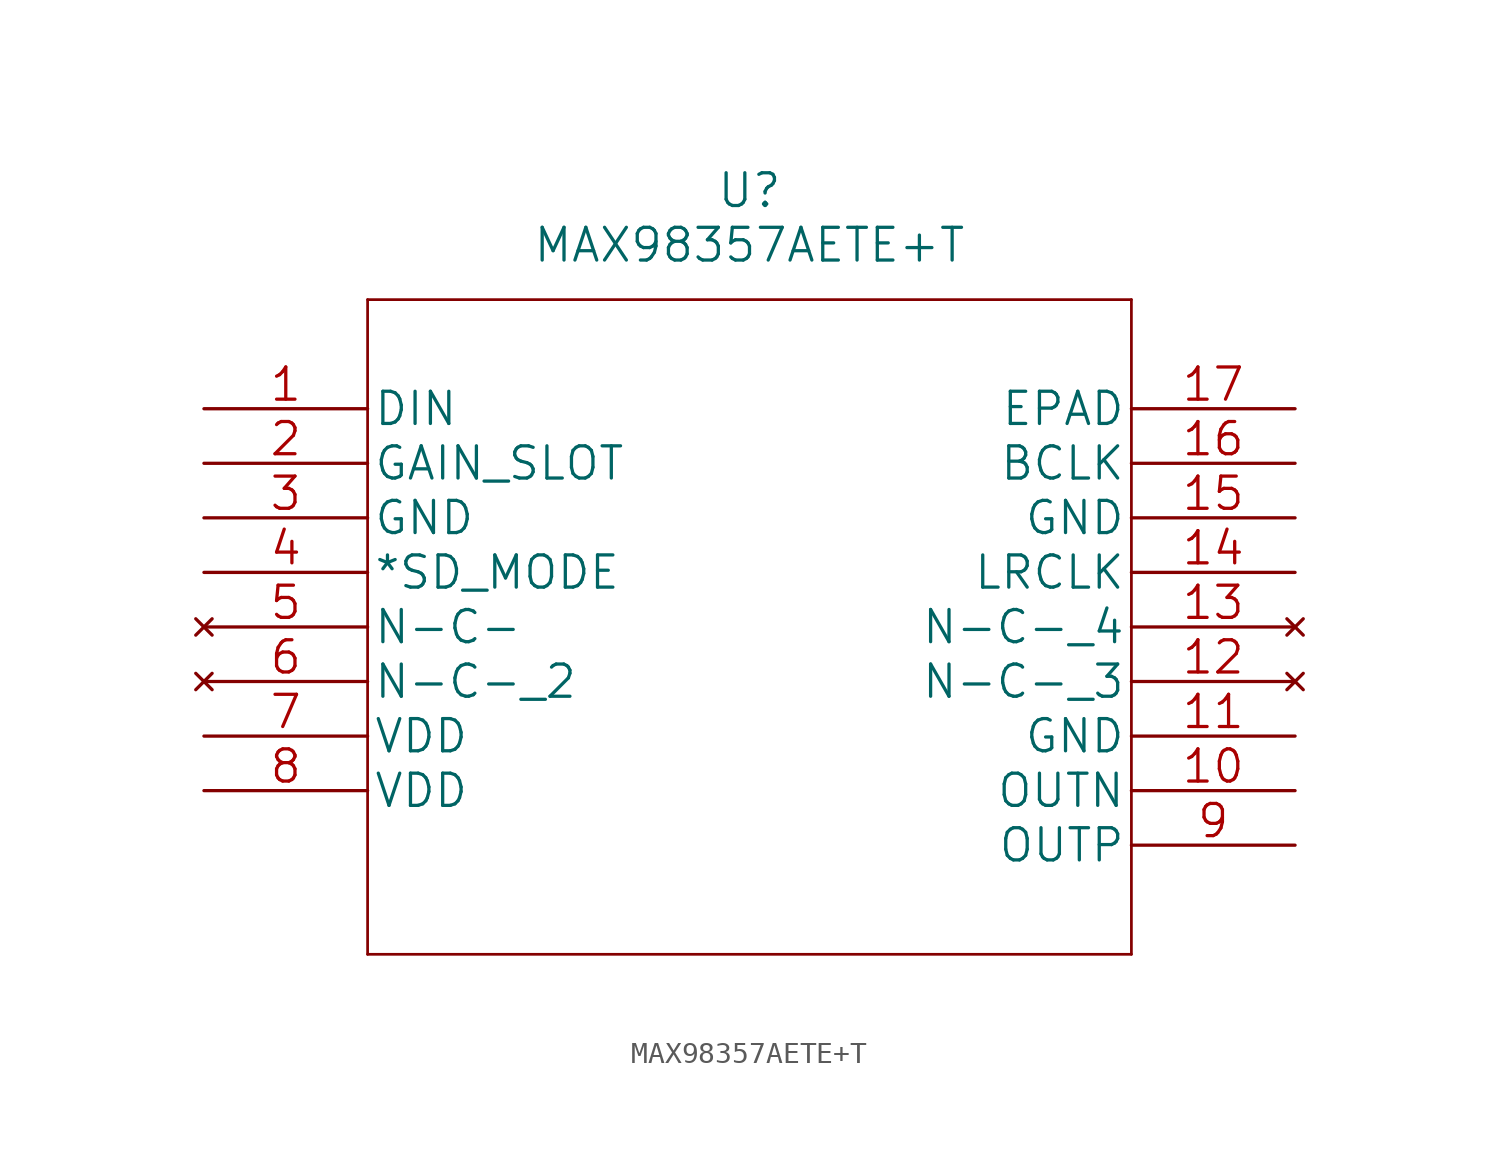
<source format=kicad_sym>
(kicad_symbol_lib
  (version 20211014)
  (generator kicad_symbol_editor)
  (symbol "MAX98357AETE+T"
    (pin_names
      (offset 0.254))
    (property "Reference" "U"
      (at 25.4 10.16 0)
      (effects (font (size 1.524 1.524))))
    (property "Value" "MAX98357AETE+T"
      (at 25.4 7.62 0)
      (effects (font (size 1.524 1.524))))
    (property "Datasheet" ""
      (at 0 0 0)
      (effects (font (size 1.524 1.524))))
    (property "ki_locked" ""
      (at 0 0 0)
      (effects (font (size 1.27 1.27))))
    (symbol "MAX98357AETE+T_1_1"
      (polyline (pts (xy 7.62 -25.4) (xy 43.18 -25.4)) (stroke (width 0.127) (type default) (color 0 0 0 0)) (fill (type none)))
      (polyline (pts (xy 7.62 5.08) (xy 7.62 -25.4)) (stroke (width 0.127) (type default) (color 0 0 0 0)) (fill (type none)))
      (polyline (pts (xy 43.18 -25.4) (xy 43.18 5.08)) (stroke (width 0.127) (type default) (color 0 0 0 0)) (fill (type none)))
      (polyline (pts (xy 43.18 5.08) (xy 7.62 5.08)) (stroke (width 0.127) (type default) (color 0 0 0 0)) (fill (type none)))
      (pin unspecified line (at 0 0 0) (length 7.62) (name "DIN" (effects (font (size 1.499 1.499)))) (number "1" (effects (font (size 1.499 1.499)))))
      (pin output line (at 50.8 -17.78 180) (length 7.62) (name "OUTN" (effects (font (size 1.499 1.499)))) (number "10" (effects (font (size 1.499 1.499)))))
      (pin power_in line (at 50.8 -15.24 180) (length 7.62) (name "GND" (effects (font (size 1.499 1.499)))) (number "11" (effects (font (size 1.499 1.499)))))
      (pin no_connect line (at 50.8 -12.7 180) (length 7.62) (name "N-C-_3" (effects (font (size 1.499 1.499)))) (number "12" (effects (font (size 1.499 1.499)))))
      (pin no_connect line (at 50.8 -10.16 180) (length 7.62) (name "N-C-_4" (effects (font (size 1.499 1.499)))) (number "13" (effects (font (size 1.499 1.499)))))
      (pin unspecified line (at 50.8 -7.62 180) (length 7.62) (name "LRCLK" (effects (font (size 1.499 1.499)))) (number "14" (effects (font (size 1.499 1.499)))))
      (pin power_in line (at 50.8 -5.08 180) (length 7.62) (name "GND" (effects (font (size 1.499 1.499)))) (number "15" (effects (font (size 1.499 1.499)))))
      (pin unspecified line (at 50.8 -2.54 180) (length 7.62) (name "BCLK" (effects (font (size 1.499 1.499)))) (number "16" (effects (font (size 1.499 1.499)))))
      (pin unspecified line (at 50.8 0 180) (length 7.62) (name "EPAD" (effects (font (size 1.499 1.499)))) (number "17" (effects (font (size 1.499 1.499)))))
      (pin unspecified line (at 0 -2.54 0) (length 7.62) (name "GAIN_SLOT" (effects (font (size 1.499 1.499)))) (number "2" (effects (font (size 1.499 1.499)))))
      (pin power_in line (at 0 -5.08 0) (length 7.62) (name "GND" (effects (font (size 1.499 1.499)))) (number "3" (effects (font (size 1.499 1.499)))))
      (pin unspecified line (at 0 -7.62 0) (length 7.62) (name "*SD_MODE" (effects (font (size 1.499 1.499)))) (number "4" (effects (font (size 1.499 1.499)))))
      (pin no_connect line (at 0 -10.16 0) (length 7.62) (name "N-C-" (effects (font (size 1.499 1.499)))) (number "5" (effects (font (size 1.499 1.499)))))
      (pin no_connect line (at 0 -12.7 0) (length 7.62) (name "N-C-_2" (effects (font (size 1.499 1.499)))) (number "6" (effects (font (size 1.499 1.499)))))
      (pin power_in line (at 0 -15.24 0) (length 7.62) (name "VDD" (effects (font (size 1.499 1.499)))) (number "7" (effects (font (size 1.499 1.499)))))
      (pin power_in line (at 0 -17.78 0) (length 7.62) (name "VDD" (effects (font (size 1.499 1.499)))) (number "8" (effects (font (size 1.499 1.499)))))
      (pin output line (at 50.8 -20.32 180) (length 7.62) (name "OUTP" (effects (font (size 1.499 1.499)))) (number "9" (effects (font (size 1.499 1.499))))))))
</source>
